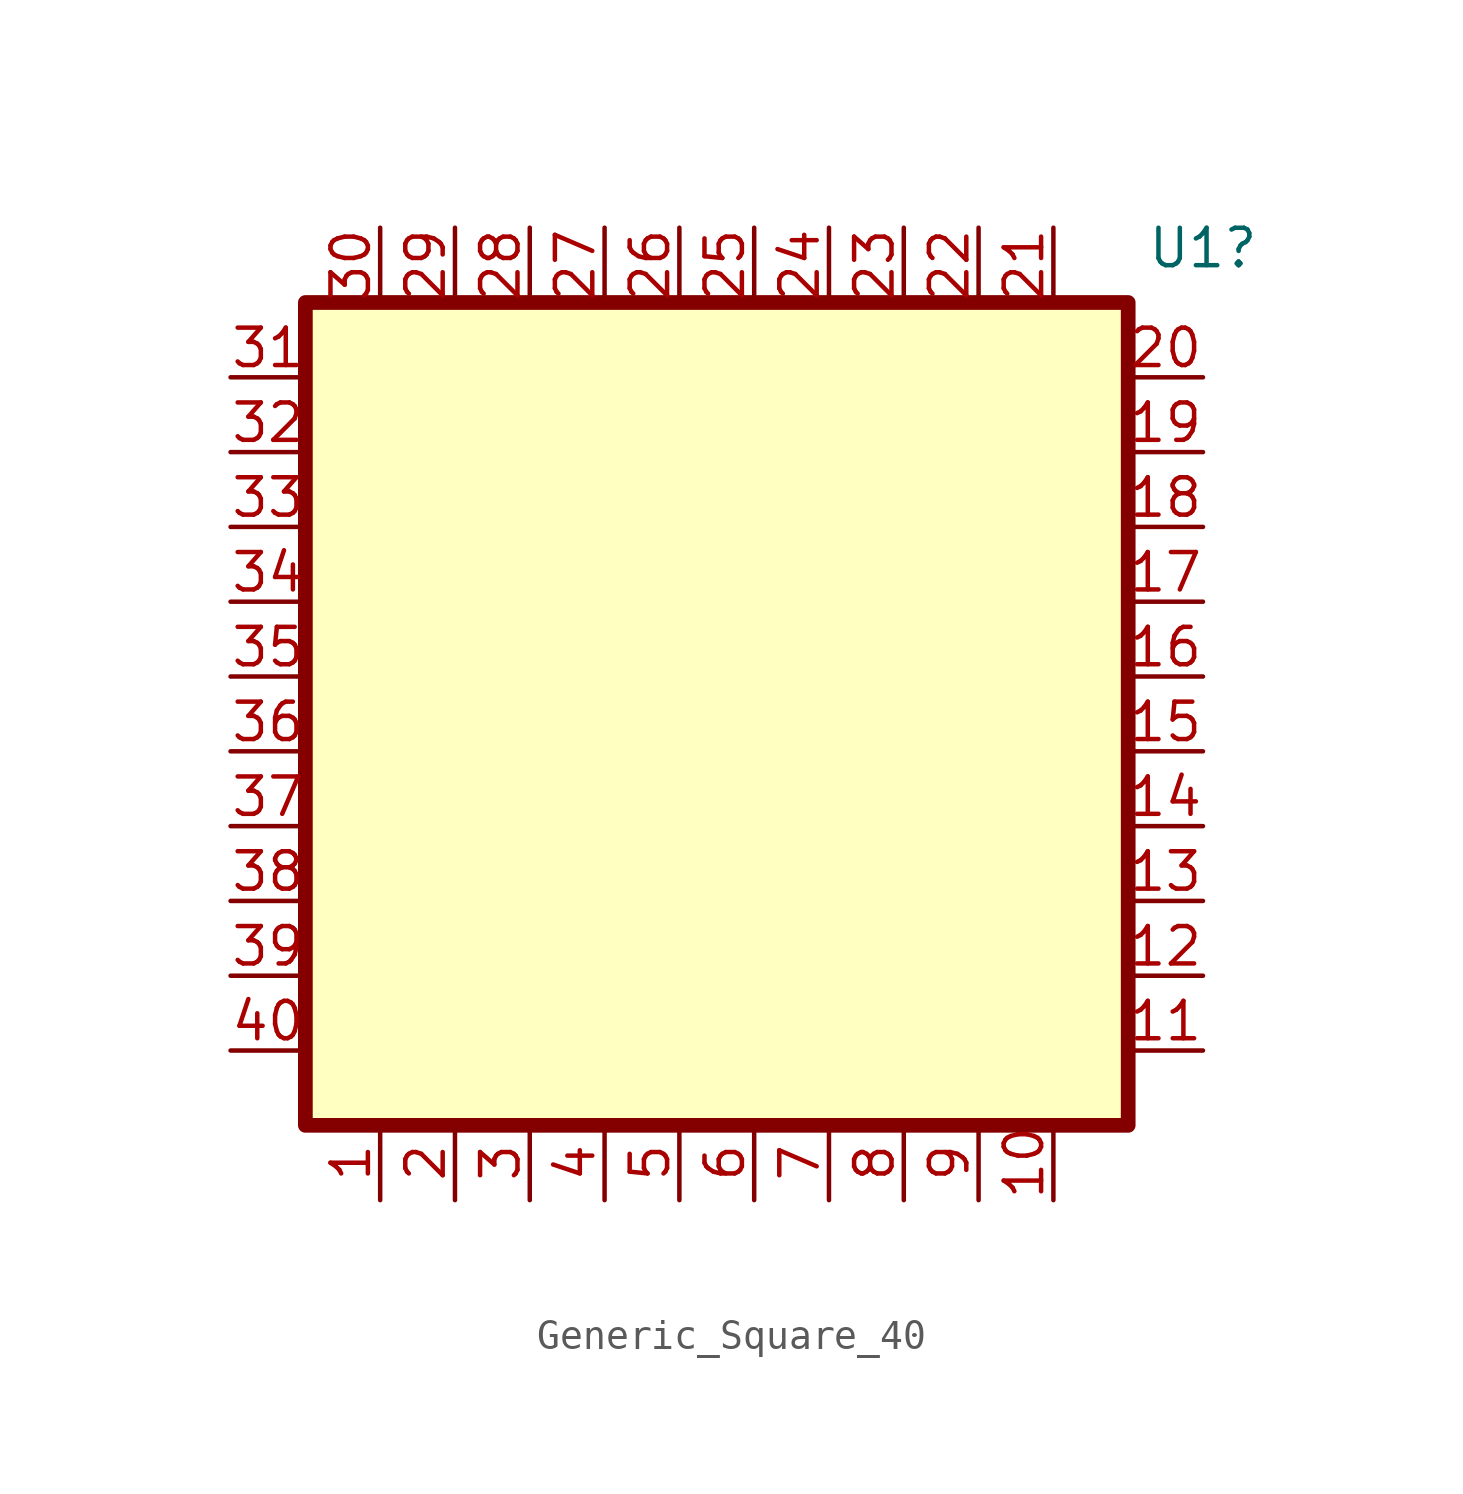
<source format=kicad_sym>
(kicad_symbol_lib
  (version 20220914)
  (generator kicad_symbol_editor)
  (symbol "Generic_Square_40"
    (property "Reference" "U1"
      (at 16.51 15.818 0)
      (effects (font (size 1.27 1.27))))
    (symbol "Generic_Square_40_1_1"
      (rectangle (start -13.97 13.97) (end 13.97 -13.97) (stroke (width 0.5) (type default)) (fill (type color) (color 255 255 194 1)))
      (pin input line (at -11.43 -16.51 90) (length 2.54) (name "" (effects (font (size 1.27 1.27)))) (number "1" (effects (font (size 1.27 1.27)))))
      (pin input line (at 11.43 -16.51 90) (length 2.54) (name "" (effects (font (size 1.27 1.27)))) (number "10" (effects (font (size 1.27 1.27)))))
      (pin input line (at 16.51 -11.43 180) (length 2.54) (name "" (effects (font (size 1.27 1.27)))) (number "11" (effects (font (size 1.27 1.27)))))
      (pin input line (at 16.51 -8.89 180) (length 2.54) (name "" (effects (font (size 1.27 1.27)))) (number "12" (effects (font (size 1.27 1.27)))))
      (pin input line (at 16.51 -6.35 180) (length 2.54) (name "" (effects (font (size 1.27 1.27)))) (number "13" (effects (font (size 1.27 1.27)))))
      (pin input line (at 16.51 -3.81 180) (length 2.54) (name "" (effects (font (size 1.27 1.27)))) (number "14" (effects (font (size 1.27 1.27)))))
      (pin input line (at 16.51 -1.27 180) (length 2.54) (name "" (effects (font (size 1.27 1.27)))) (number "15" (effects (font (size 1.27 1.27)))))
      (pin input line (at 16.51 1.27 180) (length 2.54) (name "" (effects (font (size 1.27 1.27)))) (number "16" (effects (font (size 1.27 1.27)))))
      (pin input line (at 16.51 3.81 180) (length 2.54) (name "" (effects (font (size 1.27 1.27)))) (number "17" (effects (font (size 1.27 1.27)))))
      (pin input line (at 16.51 6.35 180) (length 2.54) (name "" (effects (font (size 1.27 1.27)))) (number "18" (effects (font (size 1.27 1.27)))))
      (pin input line (at 16.51 8.89 180) (length 2.54) (name "" (effects (font (size 1.27 1.27)))) (number "19" (effects (font (size 1.27 1.27)))))
      (pin input line (at -8.89 -16.51 90) (length 2.54) (name "" (effects (font (size 1.27 1.27)))) (number "2" (effects (font (size 1.27 1.27)))))
      (pin input line (at 16.51 11.43 180) (length 2.54) (name "" (effects (font (size 1.27 1.27)))) (number "20" (effects (font (size 1.27 1.27)))))
      (pin input line (at 11.43 16.51 270) (length 2.54) (name "" (effects (font (size 1.27 1.27)))) (number "21" (effects (font (size 1.27 1.27)))))
      (pin input line (at 8.89 16.51 270) (length 2.54) (name "" (effects (font (size 1.27 1.27)))) (number "22" (effects (font (size 1.27 1.27)))))
      (pin input line (at 6.35 16.51 270) (length 2.54) (name "" (effects (font (size 1.27 1.27)))) (number "23" (effects (font (size 1.27 1.27)))))
      (pin input line (at 3.81 16.51 270) (length 2.54) (name "" (effects (font (size 1.27 1.27)))) (number "24" (effects (font (size 1.27 1.27)))))
      (pin input line (at 1.27 16.51 270) (length 2.54) (name "" (effects (font (size 1.27 1.27)))) (number "25" (effects (font (size 1.27 1.27)))))
      (pin input line (at -1.27 16.51 270) (length 2.54) (name "" (effects (font (size 1.27 1.27)))) (number "26" (effects (font (size 1.27 1.27)))))
      (pin input line (at -3.81 16.51 270) (length 2.54) (name "" (effects (font (size 1.27 1.27)))) (number "27" (effects (font (size 1.27 1.27)))))
      (pin input line (at -6.35 16.51 270) (length 2.54) (name "" (effects (font (size 1.27 1.27)))) (number "28" (effects (font (size 1.27 1.27)))))
      (pin input line (at -8.89 16.51 270) (length 2.54) (name "" (effects (font (size 1.27 1.27)))) (number "29" (effects (font (size 1.27 1.27)))))
      (pin input line (at -6.35 -16.51 90) (length 2.54) (name "" (effects (font (size 1.27 1.27)))) (number "3" (effects (font (size 1.27 1.27)))))
      (pin input line (at -11.43 16.51 270) (length 2.54) (name "" (effects (font (size 1.27 1.27)))) (number "30" (effects (font (size 1.27 1.27)))))
      (pin input line (at -16.51 11.43 0) (length 2.54) (name "" (effects (font (size 1.27 1.27)))) (number "31" (effects (font (size 1.27 1.27)))))
      (pin input line (at -16.51 8.89 0) (length 2.54) (name "" (effects (font (size 1.27 1.27)))) (number "32" (effects (font (size 1.27 1.27)))))
      (pin input line (at -16.51 6.35 0) (length 2.54) (name "" (effects (font (size 1.27 1.27)))) (number "33" (effects (font (size 1.27 1.27)))))
      (pin input line (at -16.51 3.81 0) (length 2.54) (name "" (effects (font (size 1.27 1.27)))) (number "34" (effects (font (size 1.27 1.27)))))
      (pin input line (at -16.51 1.27 0) (length 2.54) (name "" (effects (font (size 1.27 1.27)))) (number "35" (effects (font (size 1.27 1.27)))))
      (pin input line (at -16.51 -1.27 0) (length 2.54) (name "" (effects (font (size 1.27 1.27)))) (number "36" (effects (font (size 1.27 1.27)))))
      (pin input line (at -16.51 -3.81 0) (length 2.54) (name "" (effects (font (size 1.27 1.27)))) (number "37" (effects (font (size 1.27 1.27)))))
      (pin input line (at -16.51 -6.35 0) (length 2.54) (name "" (effects (font (size 1.27 1.27)))) (number "38" (effects (font (size 1.27 1.27)))))
      (pin input line (at -16.51 -8.89 0) (length 2.54) (name "" (effects (font (size 1.27 1.27)))) (number "39" (effects (font (size 1.27 1.27)))))
      (pin input line (at -3.81 -16.51 90) (length 2.54) (name "" (effects (font (size 1.27 1.27)))) (number "4" (effects (font (size 1.27 1.27)))))
      (pin input line (at -16.51 -11.43 0) (length 2.54) (name "" (effects (font (size 1.27 1.27)))) (number "40" (effects (font (size 1.27 1.27)))))
      (pin input line (at -1.27 -16.51 90) (length 2.54) (name "" (effects (font (size 1.27 1.27)))) (number "5" (effects (font (size 1.27 1.27)))))
      (pin input line (at 1.27 -16.51 90) (length 2.54) (name "" (effects (font (size 1.27 1.27)))) (number "6" (effects (font (size 1.27 1.27)))))
      (pin input line (at 3.81 -16.51 90) (length 2.54) (name "" (effects (font (size 1.27 1.27)))) (number "7" (effects (font (size 1.27 1.27)))))
      (pin input line (at 6.35 -16.51 90) (length 2.54) (name "" (effects (font (size 1.27 1.27)))) (number "8" (effects (font (size 1.27 1.27)))))
      (pin input line (at 8.89 -16.51 90) (length 2.54) (name "" (effects (font (size 1.27 1.27)))) (number "9" (effects (font (size 1.27 1.27))))))))
</source>
